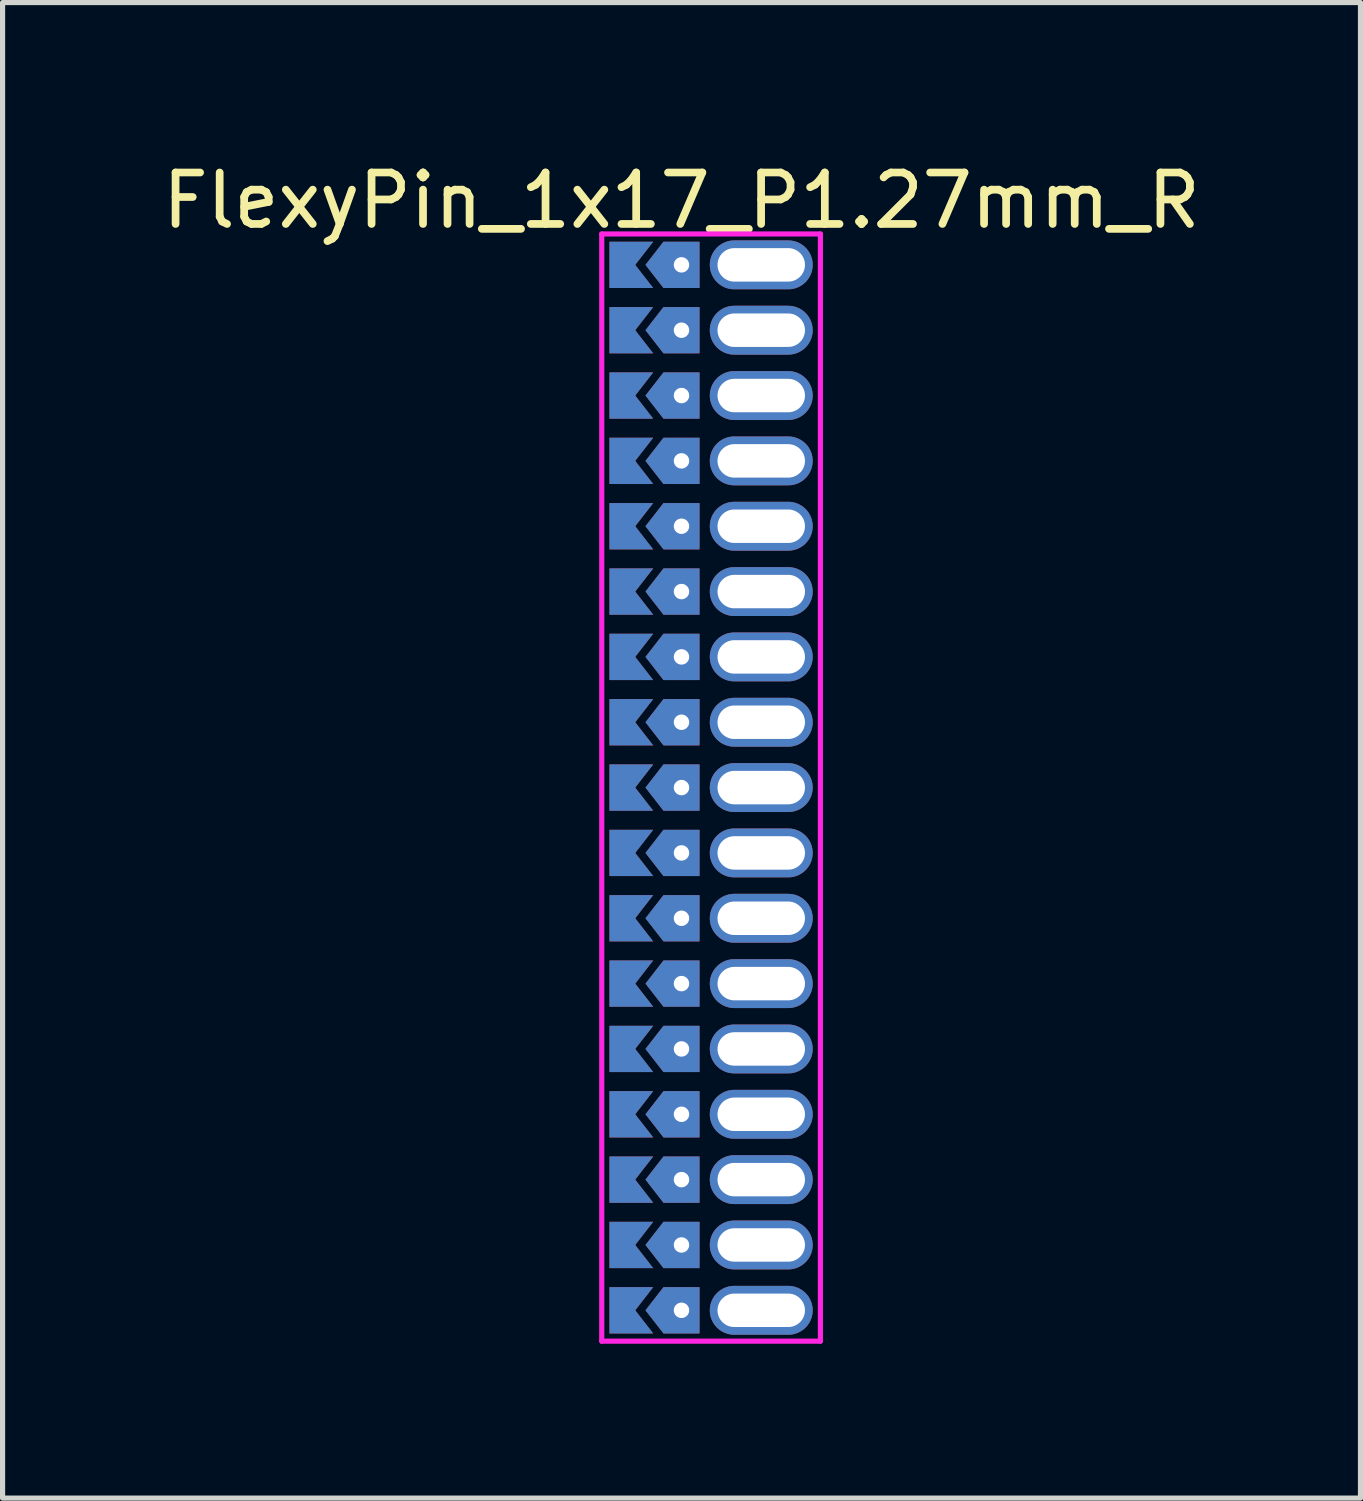
<source format=kicad_pcb>
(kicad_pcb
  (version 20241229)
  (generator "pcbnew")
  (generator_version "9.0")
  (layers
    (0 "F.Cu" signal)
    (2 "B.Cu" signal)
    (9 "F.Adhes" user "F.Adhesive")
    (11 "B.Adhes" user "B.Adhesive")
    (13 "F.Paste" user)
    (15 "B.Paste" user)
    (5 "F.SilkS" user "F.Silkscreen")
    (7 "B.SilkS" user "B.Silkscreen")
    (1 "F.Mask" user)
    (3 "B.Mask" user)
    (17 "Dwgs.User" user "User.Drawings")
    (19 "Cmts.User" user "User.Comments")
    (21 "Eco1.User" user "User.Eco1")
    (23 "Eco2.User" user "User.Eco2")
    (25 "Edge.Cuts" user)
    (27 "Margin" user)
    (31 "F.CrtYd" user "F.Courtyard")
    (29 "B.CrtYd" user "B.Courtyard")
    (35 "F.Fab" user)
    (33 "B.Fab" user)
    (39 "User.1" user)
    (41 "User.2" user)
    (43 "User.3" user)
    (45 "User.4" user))
  (footprint "FlexyPin_1x17_P1.27mm_R"
    (layer "F.Cu")
    (at 10.196 2.098)
    (property "Reference" "FlexyPin_1x17_P1.27mm_R" (at 0 -1.25 0) (layer "F.SilkS") (effects (font (size 1 1) (thickness 0.15))))
    (attr through_hole)
    (fp_line (start -1.55 -0.6) (end 2.7 -0.6) (stroke (width 0.1) (type solid)) (layer "F.CrtYd"))
    (fp_line (start -1.55 20.92) (end -1.55 -0.6) (stroke (width 0.1) (type solid)) (layer "F.CrtYd"))
    (fp_line (start 2.7 -0.6) (end 2.7 20.92) (stroke (width 0.1) (type solid)) (layer "F.CrtYd"))
    (fp_line (start 2.7 20.92) (end -1.55 20.92) (stroke (width 0.1) (type solid)) (layer "F.CrtYd"))
    (pad "" thru_hole custom (at 0 0) (size 0.3 0.3) (drill 0.6) (layers "*.Cu" "*.Mask") (options (anchor rect)) (primitives (gr_poly (pts (xy 0.35 0.45) (xy 0.35 -0.45) (xy -0.35 -0.45) (xy -0.7 0) (xy -0.35 0.45)) (width 0) (fill yes))))
    (pad "" thru_hole custom (at 0 1.27) (size 0.3 0.3) (drill 0.6) (layers "*.Cu" "*.Mask") (options (anchor rect)) (primitives (gr_poly (pts (xy 0.35 0.45) (xy 0.35 -0.45) (xy -0.35 -0.45) (xy -0.7 0) (xy -0.35 0.45)) (width 0) (fill yes))))
    (pad "" thru_hole custom (at 0 2.54) (size 0.3 0.3) (drill 0.6) (layers "*.Cu" "*.Mask") (options (anchor rect)) (primitives (gr_poly (pts (xy 0.35 0.45) (xy 0.35 -0.45) (xy -0.35 -0.45) (xy -0.7 0) (xy -0.35 0.45)) (width 0) (fill yes))))
    (pad "" thru_hole custom (at 0 3.81) (size 0.3 0.3) (drill 0.6) (layers "*.Cu" "*.Mask") (options (anchor rect)) (primitives (gr_poly (pts (xy 0.35 0.45) (xy 0.35 -0.45) (xy -0.35 -0.45) (xy -0.7 0) (xy -0.35 0.45)) (width 0) (fill yes))))
    (pad "" thru_hole custom (at 0 5.08) (size 0.3 0.3) (drill 0.6) (layers "*.Cu" "*.Mask") (options (anchor rect)) (primitives (gr_poly (pts (xy 0.35 0.45) (xy 0.35 -0.45) (xy -0.35 -0.45) (xy -0.7 0) (xy -0.35 0.45)) (width 0) (fill yes))))
    (pad "" thru_hole custom (at 0 6.35) (size 0.3 0.3) (drill 0.6) (layers "*.Cu" "*.Mask") (options (anchor rect)) (primitives (gr_poly (pts (xy 0.35 0.45) (xy 0.35 -0.45) (xy -0.35 -0.45) (xy -0.7 0) (xy -0.35 0.45)) (width 0) (fill yes))))
    (pad "" thru_hole custom (at 0 7.62) (size 0.3 0.3) (drill 0.6) (layers "*.Cu" "*.Mask") (options (anchor rect)) (primitives (gr_poly (pts (xy 0.35 0.45) (xy 0.35 -0.45) (xy -0.35 -0.45) (xy -0.7 0) (xy -0.35 0.45)) (width 0) (fill yes))))
    (pad "" thru_hole custom (at 0 8.89) (size 0.3 0.3) (drill 0.6) (layers "*.Cu" "*.Mask") (options (anchor rect)) (primitives (gr_poly (pts (xy 0.35 0.45) (xy 0.35 -0.45) (xy -0.35 -0.45) (xy -0.7 0) (xy -0.35 0.45)) (width 0) (fill yes))))
    (pad "" thru_hole custom (at 0 10.16) (size 0.3 0.3) (drill 0.6) (layers "*.Cu" "*.Mask") (options (anchor rect)) (primitives (gr_poly (pts (xy 0.35 0.45) (xy 0.35 -0.45) (xy -0.35 -0.45) (xy -0.7 0) (xy -0.35 0.45)) (width 0) (fill yes))))
    (pad "" thru_hole custom (at 0 11.43) (size 0.3 0.3) (drill 0.6) (layers "*.Cu" "*.Mask") (options (anchor rect)) (primitives (gr_poly (pts (xy 0.35 0.45) (xy 0.35 -0.45) (xy -0.35 -0.45) (xy -0.7 0) (xy -0.35 0.45)) (width 0) (fill yes))))
    (pad "" thru_hole custom (at 0 12.7) (size 0.3 0.3) (drill 0.6) (layers "*.Cu" "*.Mask") (options (anchor rect)) (primitives (gr_poly (pts (xy 0.35 0.45) (xy 0.35 -0.45) (xy -0.35 -0.45) (xy -0.7 0) (xy -0.35 0.45)) (width 0) (fill yes))))
    (pad "" thru_hole custom (at 0 13.97) (size 0.3 0.3) (drill 0.6) (layers "*.Cu" "*.Mask") (options (anchor rect)) (primitives (gr_poly (pts (xy 0.35 0.45) (xy 0.35 -0.45) (xy -0.35 -0.45) (xy -0.7 0) (xy -0.35 0.45)) (width 0) (fill yes))))
    (pad "" thru_hole custom (at 0 15.24) (size 0.3 0.3) (drill 0.6) (layers "*.Cu" "*.Mask") (options (anchor rect)) (primitives (gr_poly (pts (xy 0.35 0.45) (xy 0.35 -0.45) (xy -0.35 -0.45) (xy -0.7 0) (xy -0.35 0.45)) (width 0) (fill yes))))
    (pad "" thru_hole custom (at 0 16.51) (size 0.3 0.3) (drill 0.6) (layers "*.Cu" "*.Mask") (options (anchor rect)) (primitives (gr_poly (pts (xy 0.35 0.45) (xy 0.35 -0.45) (xy -0.35 -0.45) (xy -0.7 0) (xy -0.35 0.45)) (width 0) (fill yes))))
    (pad "" thru_hole custom (at 0 17.78) (size 0.3 0.3) (drill 0.6) (layers "*.Cu" "*.Mask") (options (anchor rect)) (primitives (gr_poly (pts (xy 0.35 0.45) (xy 0.35 -0.45) (xy -0.35 -0.45) (xy -0.7 0) (xy -0.35 0.45)) (width 0) (fill yes))))
    (pad "" thru_hole custom (at 0 19.05) (size 0.3 0.3) (drill 0.6) (layers "*.Cu" "*.Mask") (options (anchor rect)) (primitives (gr_poly (pts (xy 0.35 0.45) (xy 0.35 -0.45) (xy -0.35 -0.45) (xy -0.7 0) (xy -0.35 0.45)) (width 0) (fill yes))))
    (pad "" thru_hole custom (at 0 20.32) (size 0.3 0.3) (drill 0.6) (layers "*.Cu" "*.Mask") (options (anchor rect)) (primitives (gr_poly (pts (xy 0.35 0.45) (xy 0.35 -0.45) (xy -0.35 -0.45) (xy -0.7 0) (xy -0.35 0.45)) (width 0) (fill yes))))
    (pad "" thru_hole oval (at 1.55 0) (size 2 0.95) (drill oval 1.7 0.65) (layers "*.Cu" "*.Mask"))
    (pad "" thru_hole oval (at 1.55 1.27) (size 2 0.95) (drill oval 1.7 0.65) (layers "*.Cu" "*.Mask"))
    (pad "" thru_hole oval (at 1.55 2.54) (size 2 0.95) (drill oval 1.7 0.65) (layers "*.Cu" "*.Mask"))
    (pad "" thru_hole oval (at 1.55 3.81) (size 2 0.95) (drill oval 1.7 0.65) (layers "*.Cu" "*.Mask"))
    (pad "" thru_hole oval (at 1.55 5.08) (size 2 0.95) (drill oval 1.7 0.65) (layers "*.Cu" "*.Mask"))
    (pad "" thru_hole oval (at 1.55 6.35) (size 2 0.95) (drill oval 1.7 0.65) (layers "*.Cu" "*.Mask"))
    (pad "" thru_hole oval (at 1.55 7.62) (size 2 0.95) (drill oval 1.7 0.65) (layers "*.Cu" "*.Mask"))
    (pad "" thru_hole oval (at 1.55 8.89) (size 2 0.95) (drill oval 1.7 0.65) (layers "*.Cu" "*.Mask"))
    (pad "" thru_hole oval (at 1.55 10.16) (size 2 0.95) (drill oval 1.7 0.65) (layers "*.Cu" "*.Mask"))
    (pad "" thru_hole oval (at 1.55 11.43) (size 2 0.95) (drill oval 1.7 0.65) (layers "*.Cu" "*.Mask"))
    (pad "" thru_hole oval (at 1.55 12.7) (size 2 0.95) (drill oval 1.7 0.65) (layers "*.Cu" "*.Mask"))
    (pad "" thru_hole oval (at 1.55 13.97) (size 2 0.95) (drill oval 1.7 0.65) (layers "*.Cu" "*.Mask"))
    (pad "" thru_hole oval (at 1.55 15.24) (size 2 0.95) (drill oval 1.7 0.65) (layers "*.Cu" "*.Mask"))
    (pad "" thru_hole oval (at 1.55 16.51) (size 2 0.95) (drill oval 1.7 0.65) (layers "*.Cu" "*.Mask"))
    (pad "" thru_hole oval (at 1.55 17.78) (size 2 0.95) (drill oval 1.7 0.65) (layers "*.Cu" "*.Mask"))
    (pad "" thru_hole oval (at 1.55 19.05) (size 2 0.95) (drill oval 1.7 0.65) (layers "*.Cu" "*.Mask"))
    (pad "" thru_hole oval (at 1.55 20.32) (size 2 0.95) (drill oval 1.7 0.65) (layers "*.Cu" "*.Mask"))
    (pad "1" smd custom (at -0.9 0) (size 0.01 0.01) (layers "F.Cu" "F.Mask") (options (anchor rect)) (primitives (gr_poly (pts (xy 0 0) (xy 0.35 0.45) (xy -0.5 0.45) (xy -0.5 -0.45) (xy 0.35 -0.45)) (width 0) (fill yes))))
    (pad "2" smd custom (at -0.9 1.27) (size 0.01 0.01) (layers "F.Cu" "F.Mask") (options (anchor rect)) (primitives (gr_poly (pts (xy 0 0) (xy 0.35 0.45) (xy -0.5 0.45) (xy -0.5 -0.45) (xy 0.35 -0.45)) (width 0) (fill yes))))
    (pad "3" smd custom (at -0.9 2.54) (size 0.01 0.01) (layers "F.Cu" "F.Mask") (options (anchor rect)) (primitives (gr_poly (pts (xy 0 0) (xy 0.35 0.45) (xy -0.5 0.45) (xy -0.5 -0.45) (xy 0.35 -0.45)) (width 0) (fill yes))))
    (pad "4" smd custom (at -0.9 3.81) (size 0.01 0.01) (layers "F.Cu" "F.Mask") (options (anchor rect)) (primitives (gr_poly (pts (xy 0 0) (xy 0.35 0.45) (xy -0.5 0.45) (xy -0.5 -0.45) (xy 0.35 -0.45)) (width 0) (fill yes))))
    (pad "5" smd custom (at -0.9 5.08) (size 0.01 0.01) (layers "F.Cu" "F.Mask") (options (anchor rect)) (primitives (gr_poly (pts (xy 0 0) (xy 0.35 0.45) (xy -0.5 0.45) (xy -0.5 -0.45) (xy 0.35 -0.45)) (width 0) (fill yes))))
    (pad "6" smd custom (at -0.9 6.35) (size 0.01 0.01) (layers "F.Cu" "F.Mask") (options (anchor rect)) (primitives (gr_poly (pts (xy 0 0) (xy 0.35 0.45) (xy -0.5 0.45) (xy -0.5 -0.45) (xy 0.35 -0.45)) (width 0) (fill yes))))
    (pad "7" smd custom (at -0.9 7.62) (size 0.01 0.01) (layers "F.Cu" "F.Mask") (options (anchor rect)) (primitives (gr_poly (pts (xy 0 0) (xy 0.35 0.45) (xy -0.5 0.45) (xy -0.5 -0.45) (xy 0.35 -0.45)) (width 0) (fill yes))))
    (pad "8" smd custom (at -0.9 8.89) (size 0.01 0.01) (layers "F.Cu" "F.Mask") (options (anchor rect)) (primitives (gr_poly (pts (xy 0 0) (xy 0.35 0.45) (xy -0.5 0.45) (xy -0.5 -0.45) (xy 0.35 -0.45)) (width 0) (fill yes))))
    (pad "9" smd custom (at -0.9 10.16) (size 0.01 0.01) (layers "F.Cu" "F.Mask") (options (anchor rect)) (primitives (gr_poly (pts (xy 0 0) (xy 0.35 0.45) (xy -0.5 0.45) (xy -0.5 -0.45) (xy 0.35 -0.45)) (width 0) (fill yes))))
    (pad "10" smd custom (at -0.9 11.43) (size 0.01 0.01) (layers "F.Cu" "F.Mask") (options (anchor rect)) (primitives (gr_poly (pts (xy 0 0) (xy 0.35 0.45) (xy -0.5 0.45) (xy -0.5 -0.45) (xy 0.35 -0.45)) (width 0) (fill yes))))
    (pad "11" smd custom (at -0.9 12.7) (size 0.01 0.01) (layers "F.Cu" "F.Mask") (options (anchor rect)) (primitives (gr_poly (pts (xy 0 0) (xy 0.35 0.45) (xy -0.5 0.45) (xy -0.5 -0.45) (xy 0.35 -0.45)) (width 0) (fill yes))))
    (pad "12" smd custom (at -0.9 13.97) (size 0.01 0.01) (layers "F.Cu" "F.Mask") (options (anchor rect)) (primitives (gr_poly (pts (xy 0 0) (xy 0.35 0.45) (xy -0.5 0.45) (xy -0.5 -0.45) (xy 0.35 -0.45)) (width 0) (fill yes))))
    (pad "13" smd custom (at -0.9 15.24) (size 0.01 0.01) (layers "F.Cu" "F.Mask") (options (anchor rect)) (primitives (gr_poly (pts (xy 0 0) (xy 0.35 0.45) (xy -0.5 0.45) (xy -0.5 -0.45) (xy 0.35 -0.45)) (width 0) (fill yes))))
    (pad "14" smd custom (at -0.9 16.51) (size 0.01 0.01) (layers "F.Cu" "F.Mask") (options (anchor rect)) (primitives (gr_poly (pts (xy 0 0) (xy 0.35 0.45) (xy -0.5 0.45) (xy -0.5 -0.45) (xy 0.35 -0.45)) (width 0) (fill yes))))
    (pad "15" smd custom (at -0.9 17.78) (size 0.01 0.01) (layers "F.Cu" "F.Mask") (options (anchor rect)) (primitives (gr_poly (pts (xy 0 0) (xy 0.35 0.45) (xy -0.5 0.45) (xy -0.5 -0.45) (xy 0.35 -0.45)) (width 0) (fill yes))))
    (pad "16" smd custom (at -0.9 19.05) (size 0.01 0.01) (layers "F.Cu" "F.Mask") (options (anchor rect)) (primitives (gr_poly (pts (xy 0 0) (xy 0.35 0.45) (xy -0.5 0.45) (xy -0.5 -0.45) (xy 0.35 -0.45)) (width 0) (fill yes))))
    (pad "17" smd custom (at -0.9 20.32) (size 0.01 0.01) (layers "F.Cu" "F.Mask") (options (anchor rect)) (primitives (gr_poly (pts (xy 0 0) (xy 0.35 0.45) (xy -0.5 0.45) (xy -0.5 -0.45) (xy 0.35 -0.45)) (width 0) (fill yes))))
    (pad "18" smd custom (at -0.9 0) (size 0.01 0.01) (layers "B.Cu" "B.Mask") (options (anchor rect)) (primitives (gr_poly (pts (xy 0 0) (xy 0.35 0.45) (xy -0.5 0.45) (xy -0.5 -0.45) (xy 0.35 -0.45)) (width 0) (fill yes))))
    (pad "19" smd custom (at -0.9 1.27) (size 0.01 0.01) (layers "B.Cu" "B.Mask") (options (anchor rect)) (primitives (gr_poly (pts (xy 0 0) (xy 0.35 0.45) (xy -0.5 0.45) (xy -0.5 -0.45) (xy 0.35 -0.45)) (width 0) (fill yes))))
    (pad "20" smd custom (at -0.9 2.54) (size 0.01 0.01) (layers "B.Cu" "B.Mask") (options (anchor rect)) (primitives (gr_poly (pts (xy 0 0) (xy 0.35 0.45) (xy -0.5 0.45) (xy -0.5 -0.45) (xy 0.35 -0.45)) (width 0) (fill yes))))
    (pad "21" smd custom (at -0.9 3.81) (size 0.01 0.01) (layers "B.Cu" "B.Mask") (options (anchor rect)) (primitives (gr_poly (pts (xy 0 0) (xy 0.35 0.45) (xy -0.5 0.45) (xy -0.5 -0.45) (xy 0.35 -0.45)) (width 0) (fill yes))))
    (pad "22" smd custom (at -0.9 5.08) (size 0.01 0.01) (layers "B.Cu" "B.Mask") (options (anchor rect)) (primitives (gr_poly (pts (xy 0 0) (xy 0.35 0.45) (xy -0.5 0.45) (xy -0.5 -0.45) (xy 0.35 -0.45)) (width 0) (fill yes))))
    (pad "23" smd custom (at -0.9 6.35) (size 0.01 0.01) (layers "B.Cu" "B.Mask") (options (anchor rect)) (primitives (gr_poly (pts (xy 0 0) (xy 0.35 0.45) (xy -0.5 0.45) (xy -0.5 -0.45) (xy 0.35 -0.45)) (width 0) (fill yes))))
    (pad "24" smd custom (at -0.9 7.62) (size 0.01 0.01) (layers "B.Cu" "B.Mask") (options (anchor rect)) (primitives (gr_poly (pts (xy 0 0) (xy 0.35 0.45) (xy -0.5 0.45) (xy -0.5 -0.45) (xy 0.35 -0.45)) (width 0) (fill yes))))
    (pad "25" smd custom (at -0.9 8.89) (size 0.01 0.01) (layers "B.Cu" "B.Mask") (options (anchor rect)) (primitives (gr_poly (pts (xy 0 0) (xy 0.35 0.45) (xy -0.5 0.45) (xy -0.5 -0.45) (xy 0.35 -0.45)) (width 0) (fill yes))))
    (pad "26" smd custom (at -0.9 10.16) (size 0.01 0.01) (layers "B.Cu" "B.Mask") (options (anchor rect)) (primitives (gr_poly (pts (xy 0 0) (xy 0.35 0.45) (xy -0.5 0.45) (xy -0.5 -0.45) (xy 0.35 -0.45)) (width 0) (fill yes))))
    (pad "27" smd custom (at -0.9 11.43) (size 0.01 0.01) (layers "B.Cu" "B.Mask") (options (anchor rect)) (primitives (gr_poly (pts (xy 0 0) (xy 0.35 0.45) (xy -0.5 0.45) (xy -0.5 -0.45) (xy 0.35 -0.45)) (width 0) (fill yes))))
    (pad "28" smd custom (at -0.9 12.7) (size 0.01 0.01) (layers "B.Cu" "B.Mask") (options (anchor rect)) (primitives (gr_poly (pts (xy 0 0) (xy 0.35 0.45) (xy -0.5 0.45) (xy -0.5 -0.45) (xy 0.35 -0.45)) (width 0) (fill yes))))
    (pad "29" smd custom (at -0.9 13.97) (size 0.01 0.01) (layers "B.Cu" "B.Mask") (options (anchor rect)) (primitives (gr_poly (pts (xy 0 0) (xy 0.35 0.45) (xy -0.5 0.45) (xy -0.5 -0.45) (xy 0.35 -0.45)) (width 0) (fill yes))))
    (pad "30" smd custom (at -0.9 15.24) (size 0.01 0.01) (layers "B.Cu" "B.Mask") (options (anchor rect)) (primitives (gr_poly (pts (xy 0 0) (xy 0.35 0.45) (xy -0.5 0.45) (xy -0.5 -0.45) (xy 0.35 -0.45)) (width 0) (fill yes))))
    (pad "31" smd custom (at -0.9 16.51) (size 0.01 0.01) (layers "B.Cu" "B.Mask") (options (anchor rect)) (primitives (gr_poly (pts (xy 0 0) (xy 0.35 0.45) (xy -0.5 0.45) (xy -0.5 -0.45) (xy 0.35 -0.45)) (width 0) (fill yes))))
    (pad "32" smd custom (at -0.9 17.78) (size 0.01 0.01) (layers "B.Cu" "B.Mask") (options (anchor rect)) (primitives (gr_poly (pts (xy 0 0) (xy 0.35 0.45) (xy -0.5 0.45) (xy -0.5 -0.45) (xy 0.35 -0.45)) (width 0) (fill yes))))
    (pad "33" smd custom (at -0.9 19.05) (size 0.01 0.01) (layers "B.Cu" "B.Mask") (options (anchor rect)) (primitives (gr_poly (pts (xy 0 0) (xy 0.35 0.45) (xy -0.5 0.45) (xy -0.5 -0.45) (xy 0.35 -0.45)) (width 0) (fill yes))))
    (pad "34" smd custom (at -0.9 20.32) (size 0.01 0.01) (layers "B.Cu" "B.Mask") (options (anchor rect)) (primitives (gr_poly (pts (xy 0 0) (xy 0.35 0.45) (xy -0.5 0.45) (xy -0.5 -0.45) (xy 0.35 -0.45)) (width 0) (fill yes)))))
  (gr_rect
    (start -3 -3)
    (end 23.393 26.068)
    (stroke (width 0.1) (type default))
    (fill no)
    (layer "Edge.Cuts")))
</source>
